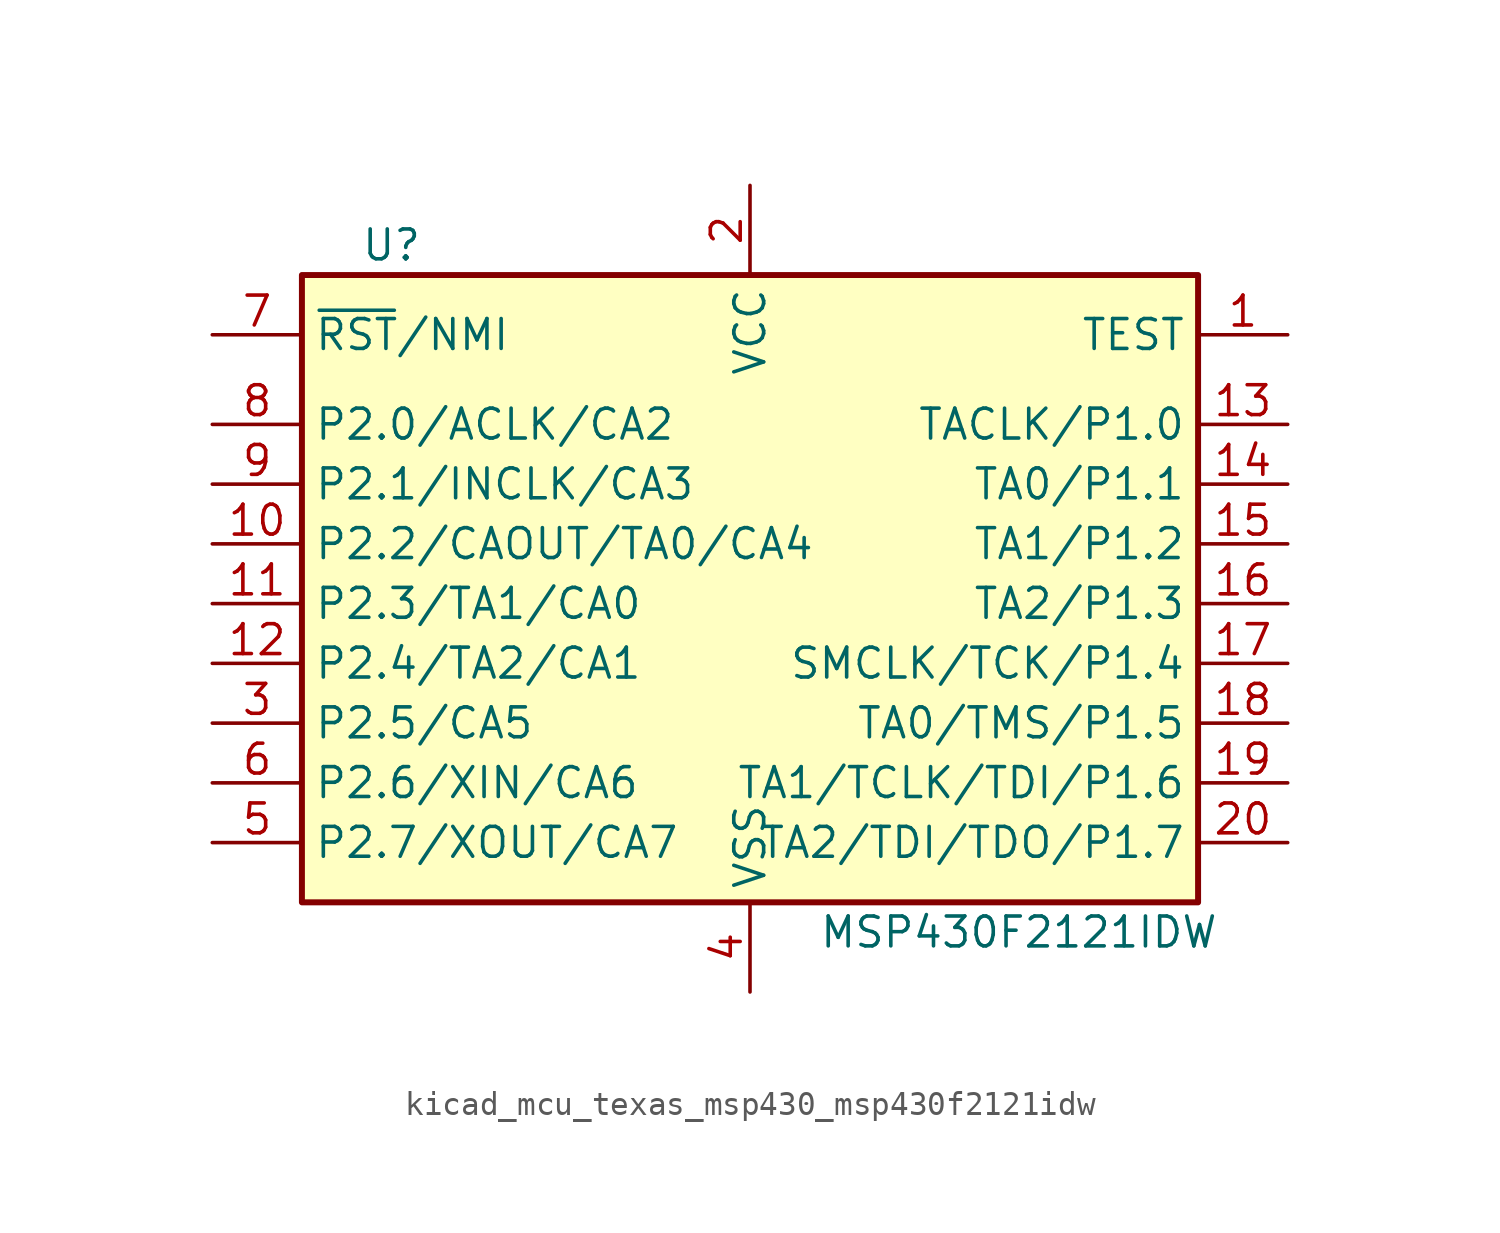
<source format=kicad_sym>
(kicad_symbol_lib
  (version 20220914)
  (generator kicad_symbol_editor)
  (symbol "kicad_mcu_texas_msp430_msp430f2121idw"
    (property "Reference" "U"
      (at -15.24 15.24 0)
      (effects (font (size 1.27 1.27))))
    (property "Value" "MSP430F2121IDW"
      (at 11.43 -13.97 0)
      (effects (font (size 1.27 1.27))))
    (symbol "kicad_mcu_texas_msp430_msp430f2121idw_0_1"
      (rectangle (start -19.05 13.97) (end 19.05 -12.7) (stroke (width 0.254) (type default)) (fill (type background))))
    (symbol "kicad_mcu_texas_msp430_msp430f2121idw_1_1"
      (pin input line (at 22.86 11.43 180) (length 3.81) (name "TEST" (effects (font (size 1.27 1.27)))) (number "1" (effects (font (size 1.27 1.27)))))
      (pin bidirectional line (at -22.86 2.54 0) (length 3.81) (name "P2.2/CAOUT/TA0/CA4" (effects (font (size 1.27 1.27)))) (number "10" (effects (font (size 1.27 1.27)))))
      (pin bidirectional line (at -22.86 0 0) (length 3.81) (name "P2.3/TA1/CA0" (effects (font (size 1.27 1.27)))) (number "11" (effects (font (size 1.27 1.27)))))
      (pin bidirectional line (at -22.86 -2.54 0) (length 3.81) (name "P2.4/TA2/CA1" (effects (font (size 1.27 1.27)))) (number "12" (effects (font (size 1.27 1.27)))))
      (pin bidirectional line (at 22.86 7.62 180) (length 3.81) (name "TACLK/P1.0" (effects (font (size 1.27 1.27)))) (number "13" (effects (font (size 1.27 1.27)))))
      (pin bidirectional line (at 22.86 5.08 180) (length 3.81) (name "TA0/P1.1" (effects (font (size 1.27 1.27)))) (number "14" (effects (font (size 1.27 1.27)))))
      (pin bidirectional line (at 22.86 2.54 180) (length 3.81) (name "TA1/P1.2" (effects (font (size 1.27 1.27)))) (number "15" (effects (font (size 1.27 1.27)))))
      (pin bidirectional line (at 22.86 0 180) (length 3.81) (name "TA2/P1.3" (effects (font (size 1.27 1.27)))) (number "16" (effects (font (size 1.27 1.27)))))
      (pin bidirectional line (at 22.86 -2.54 180) (length 3.81) (name "SMCLK/TCK/P1.4" (effects (font (size 1.27 1.27)))) (number "17" (effects (font (size 1.27 1.27)))))
      (pin bidirectional line (at 22.86 -5.08 180) (length 3.81) (name "TA0/TMS/P1.5" (effects (font (size 1.27 1.27)))) (number "18" (effects (font (size 1.27 1.27)))))
      (pin bidirectional line (at 22.86 -7.62 180) (length 3.81) (name "TA1/TCLK/TDI/P1.6" (effects (font (size 1.27 1.27)))) (number "19" (effects (font (size 1.27 1.27)))))
      (pin power_in line (at 0 17.78 270) (length 3.81) (name "VCC" (effects (font (size 1.27 1.27)))) (number "2" (effects (font (size 1.27 1.27)))))
      (pin bidirectional line (at 22.86 -10.16 180) (length 3.81) (name "TA2/TDI/TDO/P1.7" (effects (font (size 1.27 1.27)))) (number "20" (effects (font (size 1.27 1.27)))))
      (pin bidirectional line (at -22.86 -5.08 0) (length 3.81) (name "P2.5/CA5" (effects (font (size 1.27 1.27)))) (number "3" (effects (font (size 1.27 1.27)))))
      (pin power_in line (at 0 -16.51 90) (length 3.81) (name "VSS" (effects (font (size 1.27 1.27)))) (number "4" (effects (font (size 1.27 1.27)))))
      (pin bidirectional line (at -22.86 -10.16 0) (length 3.81) (name "P2.7/XOUT/CA7" (effects (font (size 1.27 1.27)))) (number "5" (effects (font (size 1.27 1.27)))))
      (pin bidirectional line (at -22.86 -7.62 0) (length 3.81) (name "P2.6/XIN/CA6" (effects (font (size 1.27 1.27)))) (number "6" (effects (font (size 1.27 1.27)))))
      (pin input line (at -22.86 11.43 0) (length 3.81) (name "~{RST}/NMI" (effects (font (size 1.27 1.27)))) (number "7" (effects (font (size 1.27 1.27)))))
      (pin bidirectional line (at -22.86 7.62 0) (length 3.81) (name "P2.0/ACLK/CA2" (effects (font (size 1.27 1.27)))) (number "8" (effects (font (size 1.27 1.27)))))
      (pin bidirectional line (at -22.86 5.08 0) (length 3.81) (name "P2.1/INCLK/CA3" (effects (font (size 1.27 1.27)))) (number "9" (effects (font (size 1.27 1.27))))))))
</source>
